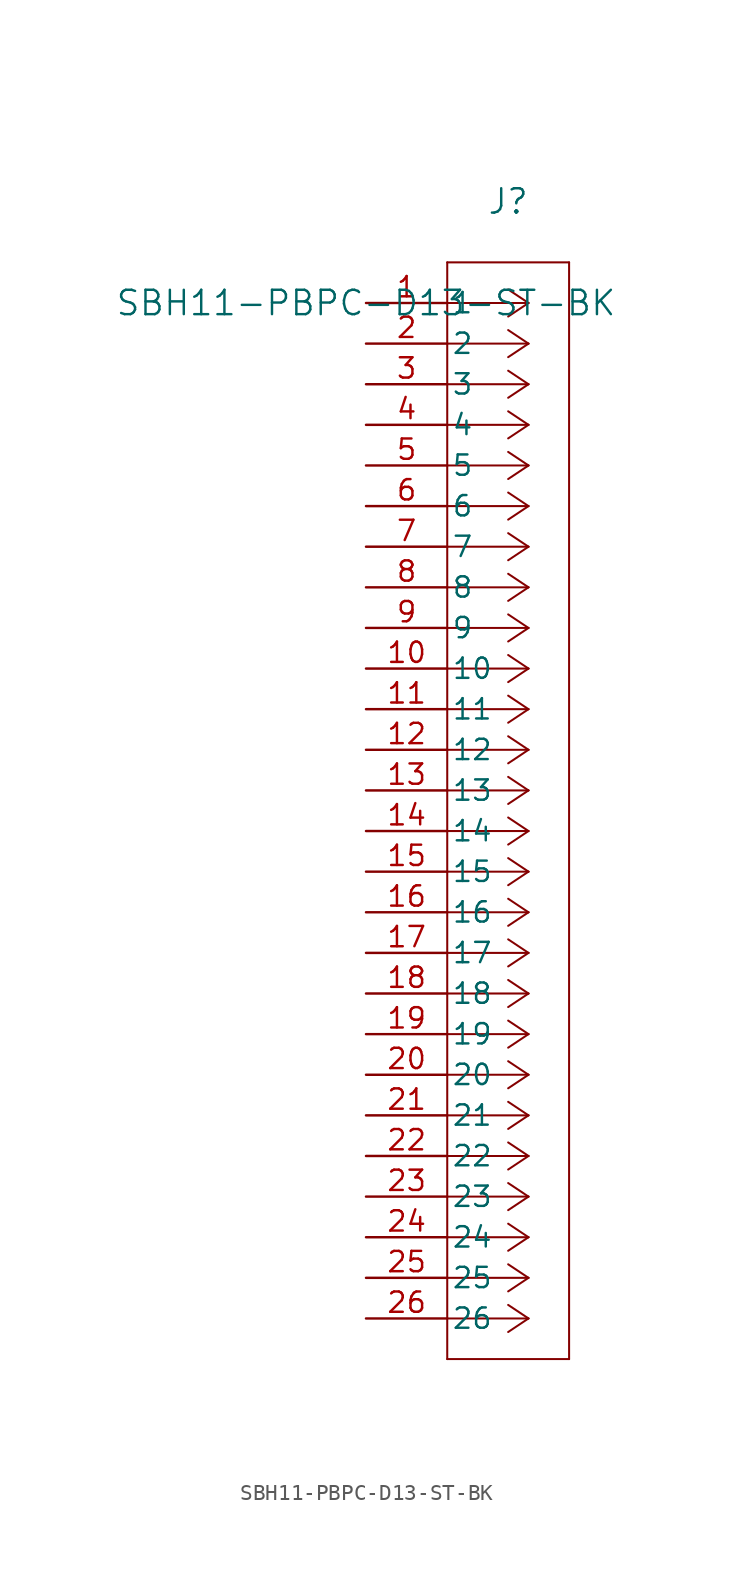
<source format=kicad_sym>
(kicad_symbol_lib
  (version 20211014)
  (generator kicad_symbol_editor)
  (symbol "SBH11-PBPC-D13-ST-BK"
    (pin_names
      (offset 0.254))
    (property "Reference" "J"
      (at 8.89 6.35 0)
      (effects (font (size 1.524 1.524))))
    (property "Value" "SBH11-PBPC-D13-ST-BK"
      (at 0 0 0)
      (effects (font (size 1.524 1.524))))
    (symbol "SBH11-PBPC-D13-ST-BK_0_1"
      (polyline (pts (xy 10.16 0) (xy 5.08 0)) (stroke (width 0.127) (type default) (color 0 0 0 0)) (fill (type none)))
      (polyline (pts (xy 10.16 -2.54) (xy 5.08 -2.54)) (stroke (width 0.127) (type default) (color 0 0 0 0)) (fill (type none)))
      (polyline (pts (xy 10.16 -5.08) (xy 5.08 -5.08)) (stroke (width 0.127) (type default) (color 0 0 0 0)) (fill (type none)))
      (polyline (pts (xy 10.16 -7.62) (xy 5.08 -7.62)) (stroke (width 0.127) (type default) (color 0 0 0 0)) (fill (type none)))
      (polyline (pts (xy 10.16 -10.16) (xy 5.08 -10.16)) (stroke (width 0.127) (type default) (color 0 0 0 0)) (fill (type none)))
      (polyline (pts (xy 10.16 -12.7) (xy 5.08 -12.7)) (stroke (width 0.127) (type default) (color 0 0 0 0)) (fill (type none)))
      (polyline (pts (xy 10.16 -15.24) (xy 5.08 -15.24)) (stroke (width 0.127) (type default) (color 0 0 0 0)) (fill (type none)))
      (polyline (pts (xy 10.16 -17.78) (xy 5.08 -17.78)) (stroke (width 0.127) (type default) (color 0 0 0 0)) (fill (type none)))
      (polyline (pts (xy 10.16 -20.32) (xy 5.08 -20.32)) (stroke (width 0.127) (type default) (color 0 0 0 0)) (fill (type none)))
      (polyline (pts (xy 10.16 -22.86) (xy 5.08 -22.86)) (stroke (width 0.127) (type default) (color 0 0 0 0)) (fill (type none)))
      (polyline (pts (xy 10.16 -25.4) (xy 5.08 -25.4)) (stroke (width 0.127) (type default) (color 0 0 0 0)) (fill (type none)))
      (polyline (pts (xy 10.16 -27.94) (xy 5.08 -27.94)) (stroke (width 0.127) (type default) (color 0 0 0 0)) (fill (type none)))
      (polyline (pts (xy 10.16 -30.48) (xy 5.08 -30.48)) (stroke (width 0.127) (type default) (color 0 0 0 0)) (fill (type none)))
      (polyline (pts (xy 10.16 -33.02) (xy 5.08 -33.02)) (stroke (width 0.127) (type default) (color 0 0 0 0)) (fill (type none)))
      (polyline (pts (xy 10.16 -35.56) (xy 5.08 -35.56)) (stroke (width 0.127) (type default) (color 0 0 0 0)) (fill (type none)))
      (polyline (pts (xy 10.16 -38.1) (xy 5.08 -38.1)) (stroke (width 0.127) (type default) (color 0 0 0 0)) (fill (type none)))
      (polyline (pts (xy 10.16 -40.64) (xy 5.08 -40.64)) (stroke (width 0.127) (type default) (color 0 0 0 0)) (fill (type none)))
      (polyline (pts (xy 10.16 -43.18) (xy 5.08 -43.18)) (stroke (width 0.127) (type default) (color 0 0 0 0)) (fill (type none)))
      (polyline (pts (xy 10.16 -45.72) (xy 5.08 -45.72)) (stroke (width 0.127) (type default) (color 0 0 0 0)) (fill (type none)))
      (polyline (pts (xy 10.16 -48.26) (xy 5.08 -48.26)) (stroke (width 0.127) (type default) (color 0 0 0 0)) (fill (type none)))
      (polyline (pts (xy 10.16 -50.8) (xy 5.08 -50.8)) (stroke (width 0.127) (type default) (color 0 0 0 0)) (fill (type none)))
      (polyline (pts (xy 10.16 -53.34) (xy 5.08 -53.34)) (stroke (width 0.127) (type default) (color 0 0 0 0)) (fill (type none)))
      (polyline (pts (xy 10.16 -55.88) (xy 5.08 -55.88)) (stroke (width 0.127) (type default) (color 0 0 0 0)) (fill (type none)))
      (polyline (pts (xy 10.16 -58.42) (xy 5.08 -58.42)) (stroke (width 0.127) (type default) (color 0 0 0 0)) (fill (type none)))
      (polyline (pts (xy 10.16 -60.96) (xy 5.08 -60.96)) (stroke (width 0.127) (type default) (color 0 0 0 0)) (fill (type none)))
      (polyline (pts (xy 10.16 -63.5) (xy 5.08 -63.5)) (stroke (width 0.127) (type default) (color 0 0 0 0)) (fill (type none)))
      (polyline (pts (xy 10.16 0) (xy 8.89 0.847)) (stroke (width 0.127) (type default) (color 0 0 0 0)) (fill (type none)))
      (polyline (pts (xy 10.16 -2.54) (xy 8.89 -1.693)) (stroke (width 0.127) (type default) (color 0 0 0 0)) (fill (type none)))
      (polyline (pts (xy 10.16 -5.08) (xy 8.89 -4.233)) (stroke (width 0.127) (type default) (color 0 0 0 0)) (fill (type none)))
      (polyline (pts (xy 10.16 -7.62) (xy 8.89 -6.773)) (stroke (width 0.127) (type default) (color 0 0 0 0)) (fill (type none)))
      (polyline (pts (xy 10.16 -10.16) (xy 8.89 -9.313)) (stroke (width 0.127) (type default) (color 0 0 0 0)) (fill (type none)))
      (polyline (pts (xy 10.16 -12.7) (xy 8.89 -11.853)) (stroke (width 0.127) (type default) (color 0 0 0 0)) (fill (type none)))
      (polyline (pts (xy 10.16 -15.24) (xy 8.89 -14.393)) (stroke (width 0.127) (type default) (color 0 0 0 0)) (fill (type none)))
      (polyline (pts (xy 10.16 -17.78) (xy 8.89 -16.933)) (stroke (width 0.127) (type default) (color 0 0 0 0)) (fill (type none)))
      (polyline (pts (xy 10.16 -20.32) (xy 8.89 -19.473)) (stroke (width 0.127) (type default) (color 0 0 0 0)) (fill (type none)))
      (polyline (pts (xy 10.16 -22.86) (xy 8.89 -22.013)) (stroke (width 0.127) (type default) (color 0 0 0 0)) (fill (type none)))
      (polyline (pts (xy 10.16 -25.4) (xy 8.89 -24.553)) (stroke (width 0.127) (type default) (color 0 0 0 0)) (fill (type none)))
      (polyline (pts (xy 10.16 -27.94) (xy 8.89 -27.093)) (stroke (width 0.127) (type default) (color 0 0 0 0)) (fill (type none)))
      (polyline (pts (xy 10.16 -30.48) (xy 8.89 -29.633)) (stroke (width 0.127) (type default) (color 0 0 0 0)) (fill (type none)))
      (polyline (pts (xy 10.16 -33.02) (xy 8.89 -32.173)) (stroke (width 0.127) (type default) (color 0 0 0 0)) (fill (type none)))
      (polyline (pts (xy 10.16 -35.56) (xy 8.89 -34.713)) (stroke (width 0.127) (type default) (color 0 0 0 0)) (fill (type none)))
      (polyline (pts (xy 10.16 -38.1) (xy 8.89 -37.253)) (stroke (width 0.127) (type default) (color 0 0 0 0)) (fill (type none)))
      (polyline (pts (xy 10.16 -40.64) (xy 8.89 -39.793)) (stroke (width 0.127) (type default) (color 0 0 0 0)) (fill (type none)))
      (polyline (pts (xy 10.16 -43.18) (xy 8.89 -42.333)) (stroke (width 0.127) (type default) (color 0 0 0 0)) (fill (type none)))
      (polyline (pts (xy 10.16 -45.72) (xy 8.89 -44.873)) (stroke (width 0.127) (type default) (color 0 0 0 0)) (fill (type none)))
      (polyline (pts (xy 10.16 -48.26) (xy 8.89 -47.413)) (stroke (width 0.127) (type default) (color 0 0 0 0)) (fill (type none)))
      (polyline (pts (xy 10.16 -50.8) (xy 8.89 -49.953)) (stroke (width 0.127) (type default) (color 0 0 0 0)) (fill (type none)))
      (polyline (pts (xy 10.16 -53.34) (xy 8.89 -52.493)) (stroke (width 0.127) (type default) (color 0 0 0 0)) (fill (type none)))
      (polyline (pts (xy 10.16 -55.88) (xy 8.89 -55.033)) (stroke (width 0.127) (type default) (color 0 0 0 0)) (fill (type none)))
      (polyline (pts (xy 10.16 -58.42) (xy 8.89 -57.573)) (stroke (width 0.127) (type default) (color 0 0 0 0)) (fill (type none)))
      (polyline (pts (xy 10.16 -60.96) (xy 8.89 -60.113)) (stroke (width 0.127) (type default) (color 0 0 0 0)) (fill (type none)))
      (polyline (pts (xy 10.16 -63.5) (xy 8.89 -62.653)) (stroke (width 0.127) (type default) (color 0 0 0 0)) (fill (type none)))
      (polyline (pts (xy 10.16 0) (xy 8.89 -0.847)) (stroke (width 0.127) (type default) (color 0 0 0 0)) (fill (type none)))
      (polyline (pts (xy 10.16 -2.54) (xy 8.89 -3.387)) (stroke (width 0.127) (type default) (color 0 0 0 0)) (fill (type none)))
      (polyline (pts (xy 10.16 -5.08) (xy 8.89 -5.927)) (stroke (width 0.127) (type default) (color 0 0 0 0)) (fill (type none)))
      (polyline (pts (xy 10.16 -7.62) (xy 8.89 -8.467)) (stroke (width 0.127) (type default) (color 0 0 0 0)) (fill (type none)))
      (polyline (pts (xy 10.16 -10.16) (xy 8.89 -11.007)) (stroke (width 0.127) (type default) (color 0 0 0 0)) (fill (type none)))
      (polyline (pts (xy 10.16 -12.7) (xy 8.89 -13.547)) (stroke (width 0.127) (type default) (color 0 0 0 0)) (fill (type none)))
      (polyline (pts (xy 10.16 -15.24) (xy 8.89 -16.087)) (stroke (width 0.127) (type default) (color 0 0 0 0)) (fill (type none)))
      (polyline (pts (xy 10.16 -17.78) (xy 8.89 -18.627)) (stroke (width 0.127) (type default) (color 0 0 0 0)) (fill (type none)))
      (polyline (pts (xy 10.16 -20.32) (xy 8.89 -21.167)) (stroke (width 0.127) (type default) (color 0 0 0 0)) (fill (type none)))
      (polyline (pts (xy 10.16 -22.86) (xy 8.89 -23.707)) (stroke (width 0.127) (type default) (color 0 0 0 0)) (fill (type none)))
      (polyline (pts (xy 10.16 -25.4) (xy 8.89 -26.247)) (stroke (width 0.127) (type default) (color 0 0 0 0)) (fill (type none)))
      (polyline (pts (xy 10.16 -27.94) (xy 8.89 -28.787)) (stroke (width 0.127) (type default) (color 0 0 0 0)) (fill (type none)))
      (polyline (pts (xy 10.16 -30.48) (xy 8.89 -31.327)) (stroke (width 0.127) (type default) (color 0 0 0 0)) (fill (type none)))
      (polyline (pts (xy 10.16 -33.02) (xy 8.89 -33.867)) (stroke (width 0.127) (type default) (color 0 0 0 0)) (fill (type none)))
      (polyline (pts (xy 10.16 -35.56) (xy 8.89 -36.407)) (stroke (width 0.127) (type default) (color 0 0 0 0)) (fill (type none)))
      (polyline (pts (xy 10.16 -38.1) (xy 8.89 -38.947)) (stroke (width 0.127) (type default) (color 0 0 0 0)) (fill (type none)))
      (polyline (pts (xy 10.16 -40.64) (xy 8.89 -41.487)) (stroke (width 0.127) (type default) (color 0 0 0 0)) (fill (type none)))
      (polyline (pts (xy 10.16 -43.18) (xy 8.89 -44.027)) (stroke (width 0.127) (type default) (color 0 0 0 0)) (fill (type none)))
      (polyline (pts (xy 10.16 -45.72) (xy 8.89 -46.567)) (stroke (width 0.127) (type default) (color 0 0 0 0)) (fill (type none)))
      (polyline (pts (xy 10.16 -48.26) (xy 8.89 -49.107)) (stroke (width 0.127) (type default) (color 0 0 0 0)) (fill (type none)))
      (polyline (pts (xy 10.16 -50.8) (xy 8.89 -51.647)) (stroke (width 0.127) (type default) (color 0 0 0 0)) (fill (type none)))
      (polyline (pts (xy 10.16 -53.34) (xy 8.89 -54.187)) (stroke (width 0.127) (type default) (color 0 0 0 0)) (fill (type none)))
      (polyline (pts (xy 10.16 -55.88) (xy 8.89 -56.727)) (stroke (width 0.127) (type default) (color 0 0 0 0)) (fill (type none)))
      (polyline (pts (xy 10.16 -58.42) (xy 8.89 -59.267)) (stroke (width 0.127) (type default) (color 0 0 0 0)) (fill (type none)))
      (polyline (pts (xy 10.16 -60.96) (xy 8.89 -61.807)) (stroke (width 0.127) (type default) (color 0 0 0 0)) (fill (type none)))
      (polyline (pts (xy 10.16 -63.5) (xy 8.89 -64.347)) (stroke (width 0.127) (type default) (color 0 0 0 0)) (fill (type none)))
      (polyline (pts (xy 5.08 2.54) (xy 5.08 -66.04)) (stroke (width 0.127) (type default) (color 0 0 0 0)) (fill (type none)))
      (polyline (pts (xy 5.08 -66.04) (xy 12.7 -66.04)) (stroke (width 0.127) (type default) (color 0 0 0 0)) (fill (type none)))
      (polyline (pts (xy 12.7 -66.04) (xy 12.7 2.54)) (stroke (width 0.127) (type default) (color 0 0 0 0)) (fill (type none)))
      (polyline (pts (xy 12.7 2.54) (xy 5.08 2.54)) (stroke (width 0.127) (type default) (color 0 0 0 0)) (fill (type none)))
      (pin unspecified line (at 0 0 0) (length 5.08) (name "1" (effects (font (size 1.27 1.27)))) (number "1" (effects (font (size 1.27 1.27)))))
      (pin unspecified line (at 0 -2.54 0) (length 5.08) (name "2" (effects (font (size 1.27 1.27)))) (number "2" (effects (font (size 1.27 1.27)))))
      (pin unspecified line (at 0 -5.08 0) (length 5.08) (name "3" (effects (font (size 1.27 1.27)))) (number "3" (effects (font (size 1.27 1.27)))))
      (pin unspecified line (at 0 -7.62 0) (length 5.08) (name "4" (effects (font (size 1.27 1.27)))) (number "4" (effects (font (size 1.27 1.27)))))
      (pin unspecified line (at 0 -10.16 0) (length 5.08) (name "5" (effects (font (size 1.27 1.27)))) (number "5" (effects (font (size 1.27 1.27)))))
      (pin unspecified line (at 0 -12.7 0) (length 5.08) (name "6" (effects (font (size 1.27 1.27)))) (number "6" (effects (font (size 1.27 1.27)))))
      (pin unspecified line (at 0 -15.24 0) (length 5.08) (name "7" (effects (font (size 1.27 1.27)))) (number "7" (effects (font (size 1.27 1.27)))))
      (pin unspecified line (at 0 -17.78 0) (length 5.08) (name "8" (effects (font (size 1.27 1.27)))) (number "8" (effects (font (size 1.27 1.27)))))
      (pin unspecified line (at 0 -20.32 0) (length 5.08) (name "9" (effects (font (size 1.27 1.27)))) (number "9" (effects (font (size 1.27 1.27)))))
      (pin unspecified line (at 0 -22.86 0) (length 5.08) (name "10" (effects (font (size 1.27 1.27)))) (number "10" (effects (font (size 1.27 1.27)))))
      (pin unspecified line (at 0 -25.4 0) (length 5.08) (name "11" (effects (font (size 1.27 1.27)))) (number "11" (effects (font (size 1.27 1.27)))))
      (pin unspecified line (at 0 -27.94 0) (length 5.08) (name "12" (effects (font (size 1.27 1.27)))) (number "12" (effects (font (size 1.27 1.27)))))
      (pin unspecified line (at 0 -30.48 0) (length 5.08) (name "13" (effects (font (size 1.27 1.27)))) (number "13" (effects (font (size 1.27 1.27)))))
      (pin unspecified line (at 0 -33.02 0) (length 5.08) (name "14" (effects (font (size 1.27 1.27)))) (number "14" (effects (font (size 1.27 1.27)))))
      (pin unspecified line (at 0 -35.56 0) (length 5.08) (name "15" (effects (font (size 1.27 1.27)))) (number "15" (effects (font (size 1.27 1.27)))))
      (pin unspecified line (at 0 -38.1 0) (length 5.08) (name "16" (effects (font (size 1.27 1.27)))) (number "16" (effects (font (size 1.27 1.27)))))
      (pin unspecified line (at 0 -40.64 0) (length 5.08) (name "17" (effects (font (size 1.27 1.27)))) (number "17" (effects (font (size 1.27 1.27)))))
      (pin unspecified line (at 0 -43.18 0) (length 5.08) (name "18" (effects (font (size 1.27 1.27)))) (number "18" (effects (font (size 1.27 1.27)))))
      (pin unspecified line (at 0 -45.72 0) (length 5.08) (name "19" (effects (font (size 1.27 1.27)))) (number "19" (effects (font (size 1.27 1.27)))))
      (pin unspecified line (at 0 -48.26 0) (length 5.08) (name "20" (effects (font (size 1.27 1.27)))) (number "20" (effects (font (size 1.27 1.27)))))
      (pin unspecified line (at 0 -50.8 0) (length 5.08) (name "21" (effects (font (size 1.27 1.27)))) (number "21" (effects (font (size 1.27 1.27)))))
      (pin unspecified line (at 0 -53.34 0) (length 5.08) (name "22" (effects (font (size 1.27 1.27)))) (number "22" (effects (font (size 1.27 1.27)))))
      (pin unspecified line (at 0 -55.88 0) (length 5.08) (name "23" (effects (font (size 1.27 1.27)))) (number "23" (effects (font (size 1.27 1.27)))))
      (pin unspecified line (at 0 -58.42 0) (length 5.08) (name "24" (effects (font (size 1.27 1.27)))) (number "24" (effects (font (size 1.27 1.27)))))
      (pin unspecified line (at 0 -60.96 0) (length 5.08) (name "25" (effects (font (size 1.27 1.27)))) (number "25" (effects (font (size 1.27 1.27)))))
      (pin unspecified line (at 0 -63.5 0) (length 5.08) (name "26" (effects (font (size 1.27 1.27)))) (number "26" (effects (font (size 1.27 1.27))))))))
</source>
